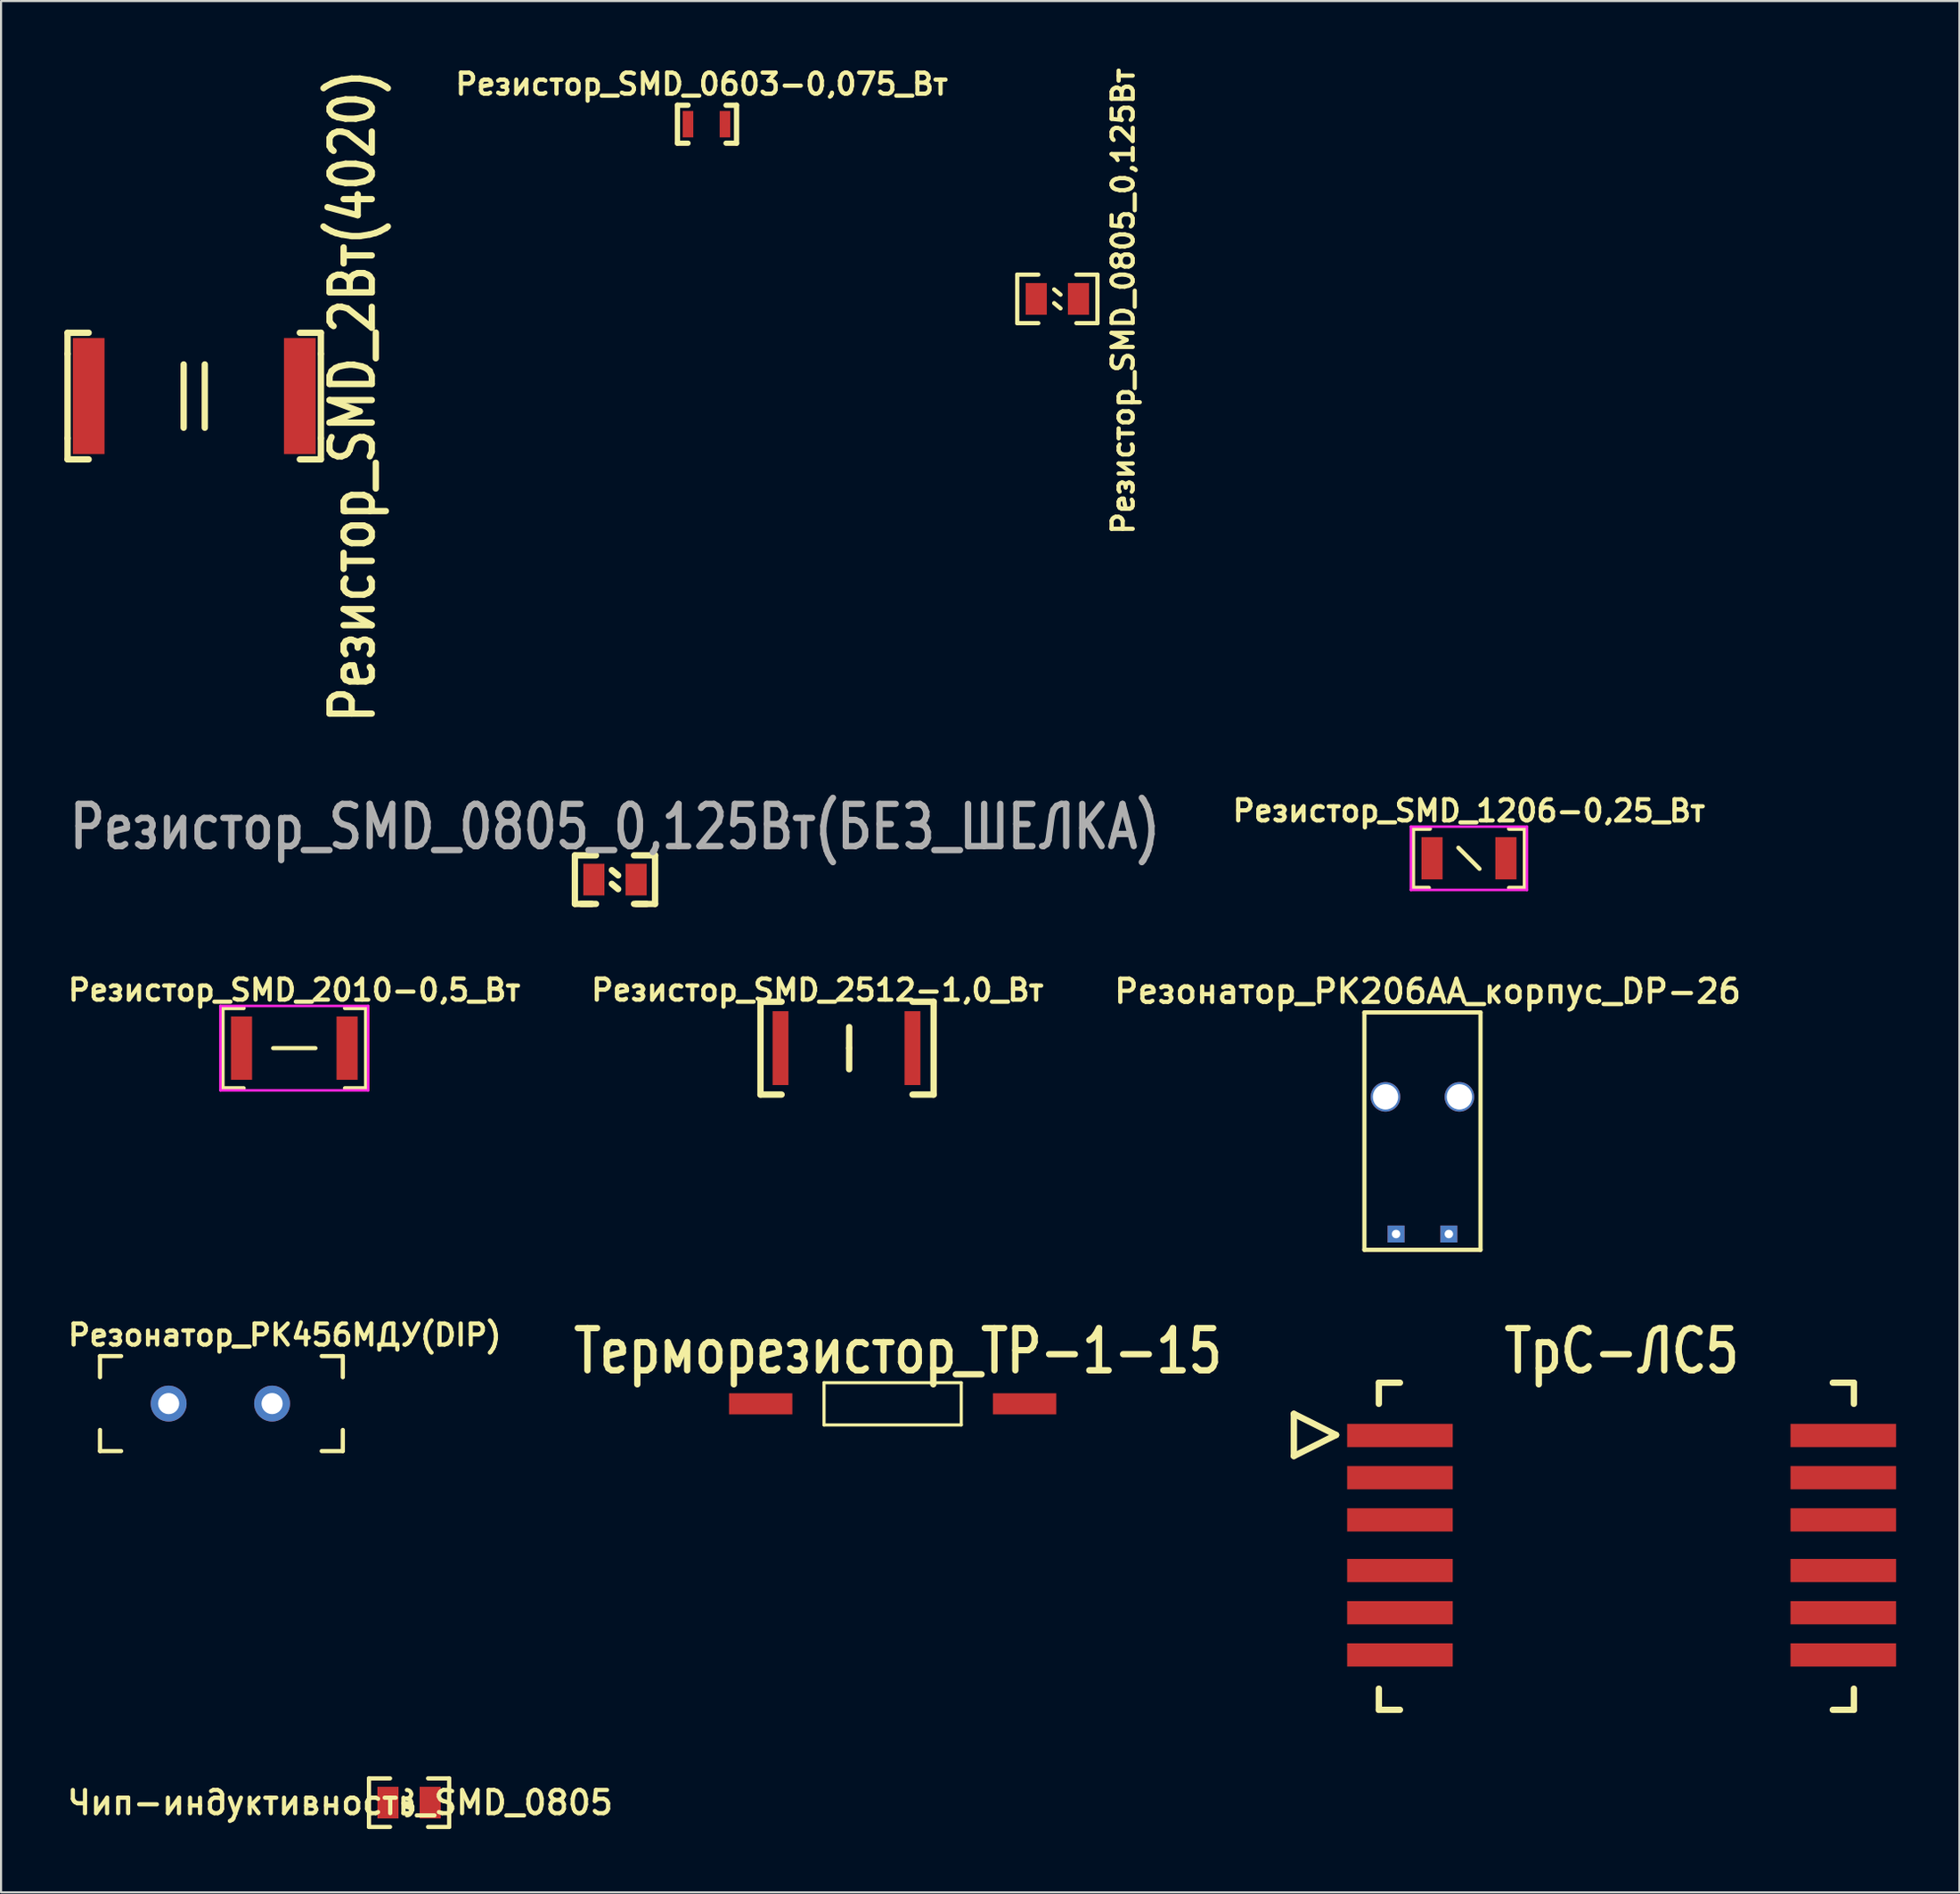
<source format=kicad_pcb>
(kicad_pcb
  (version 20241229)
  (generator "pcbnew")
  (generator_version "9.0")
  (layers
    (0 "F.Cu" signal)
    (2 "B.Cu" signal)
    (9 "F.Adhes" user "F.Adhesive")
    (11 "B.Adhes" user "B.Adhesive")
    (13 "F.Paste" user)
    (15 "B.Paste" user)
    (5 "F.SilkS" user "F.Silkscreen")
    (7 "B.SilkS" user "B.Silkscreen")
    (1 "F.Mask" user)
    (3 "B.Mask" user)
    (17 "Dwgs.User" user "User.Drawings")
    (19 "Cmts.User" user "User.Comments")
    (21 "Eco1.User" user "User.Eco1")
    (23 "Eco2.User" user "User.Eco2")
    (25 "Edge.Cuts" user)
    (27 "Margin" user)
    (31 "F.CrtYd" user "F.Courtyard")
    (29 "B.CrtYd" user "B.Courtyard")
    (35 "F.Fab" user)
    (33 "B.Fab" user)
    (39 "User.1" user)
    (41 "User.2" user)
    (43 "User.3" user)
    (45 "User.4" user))
  (footprint "Резистор_SMD_0805_0,125Вт(БЕЗ_ШЕЛКА)"
    (layer "F.Cu")
    (at 25.08 38.634)
    (property "Reference" "Резистор_SMD_0805_0,125Вт(БЕЗ_ШЕЛКА)" (at 1 -2.5 0) (layer "F.Fab") (effects (font (size 2 1.6) (thickness 0.3))))
    (attr through_hole)
    (fp_line (start -0.9 -1.15) (end 0.1 -1.15) (stroke (width 0.3) (type solid)) (layer "F.SilkS"))
    (fp_line (start -0.9 1.15) (end -0.9 -1.15) (stroke (width 0.3) (type solid)) (layer "F.SilkS"))
    (fp_line (start -0.9 1.15) (end 0.1 1.15) (stroke (width 0.3) (type solid)) (layer "F.SilkS"))
    (fp_line (start -0.6 1.15) (end -0.1 1.15) (stroke (width 0.3) (type solid)) (layer "F.SilkS"))
    (fp_line (start 0.85 -0.45) (end 1.15 -0.2) (stroke (width 0.3) (type solid)) (layer "F.SilkS"))
    (fp_line (start 0.85 0.2) (end 1.15 0.45) (stroke (width 0.3) (type solid)) (layer "F.SilkS"))
    (fp_line (start 2.5 1.15) (end 2 1.15) (stroke (width 0.3) (type solid)) (layer "F.SilkS"))
    (fp_line (start 2.9 -1.15) (end 1.9 -1.15) (stroke (width 0.3) (type solid)) (layer "F.SilkS"))
    (fp_line (start 2.9 -1.15) (end 2.9 1.15) (stroke (width 0.3) (type solid)) (layer "F.SilkS"))
    (fp_line (start 2.9 1.15) (end 1.9 1.15) (stroke (width 0.3) (type solid)) (layer "F.SilkS"))
    (pad "1" smd rect (at 0 0) (size 1 1.5) (layers "F.Cu" "F.Mask" "F.Paste"))
    (pad "2" smd rect (at 2 0) (size 1 1.5) (layers "F.Cu" "F.Mask" "F.Paste")))
  (footprint "Резонатор_РК456МДУ(DIP)"
    (layer "F.Cu")
    (at 4.938 63.464)
    (property "Reference" "Резонатор_РК456МДУ(DIP)" (at 5.5 -3.25 180) (layer "F.SilkS") (effects (font (size 1 1) (thickness 0.2))))
    (attr through_hole)
    (fp_line (start -3.25 -2.25) (end -2.25 -2.25) (stroke (width 0.2) (type solid)) (layer "F.SilkS"))
    (fp_line (start -3.25 -1.25) (end -3.25 -2.25) (stroke (width 0.2) (type solid)) (layer "F.SilkS"))
    (fp_line (start -3.25 2.25) (end -3.25 1.25) (stroke (width 0.2) (type solid)) (layer "F.SilkS"))
    (fp_line (start -3.25 2.25) (end -2.25 2.25) (stroke (width 0.2) (type solid)) (layer "F.SilkS"))
    (fp_line (start 7.25 -2.25) (end 8.25 -2.25) (stroke (width 0.2) (type solid)) (layer "F.SilkS"))
    (fp_line (start 8.25 -2.25) (end 8.25 -1.25) (stroke (width 0.2) (type solid)) (layer "F.SilkS"))
    (fp_line (start 8.25 2.25) (end 7.25 2.25) (stroke (width 0.2) (type solid)) (layer "F.SilkS"))
    (fp_line (start 8.25 2.25) (end 8.25 1.25) (stroke (width 0.2) (type solid)) (layer "F.SilkS"))
    (pad "1" thru_hole circle (at 0 0) (size 1.7 1.7) (drill 1) (layers "*.Cu" "*.Mask"))
    (pad "2" thru_hole circle (at 4.9 0) (size 1.7 1.7) (drill 1) (layers "*.Cu" "*.Mask")))
  (footprint "Резистор_SMD_1206-0,25_Вт"
    (layer "F.Cu")
    (at 64.778 37.623)
    (property "Reference" "Резистор_SMD_1206-0,25_Вт" (at 1.75 -2.25 0) (layer "F.SilkS") (effects (font (size 1 1) (thickness 0.2))))
    (attr through_hole)
    (fp_line (start -0.9 -1.4) (end -0.9 1.4) (stroke (width 0.2) (type solid)) (layer "F.SilkS"))
    (fp_line (start -0.9 1.4) (end -0.15 1.4) (stroke (width 0.2) (type solid)) (layer "F.SilkS"))
    (fp_line (start -0.1 -1.4) (end -0.85 -1.4) (stroke (width 0.2) (type solid)) (layer "F.SilkS"))
    (fp_line (start 2.25 0.5) (end 1.25 -0.5) (stroke (width 0.2) (type solid)) (layer "F.SilkS"))
    (fp_line (start 3.65 -1.4) (end 4.4 -1.4) (stroke (width 0.2) (type solid)) (layer "F.SilkS"))
    (fp_line (start 4.4 -1.4) (end 4.4 1.4) (stroke (width 0.2) (type solid)) (layer "F.SilkS"))
    (fp_line (start 4.4 1.4) (end 3.65 1.4) (stroke (width 0.2) (type solid)) (layer "F.SilkS"))
    (fp_line (start -1 -1.5) (end 4.5 -1.5) (stroke (width 0.12) (type solid)) (layer "F.CrtYd"))
    (fp_line (start -1 1.5) (end -1 -1.5) (stroke (width 0.12) (type solid)) (layer "F.CrtYd"))
    (fp_line (start 4.5 -1.5) (end 4.5 1.5) (stroke (width 0.12) (type solid)) (layer "F.CrtYd"))
    (fp_line (start 4.5 1.5) (end -1 1.5) (stroke (width 0.12) (type solid)) (layer "F.CrtYd"))
    (pad "1" smd rect (at 0 0) (size 1 2) (layers "F.Cu" "F.Mask" "F.Paste"))
    (pad "2" smd rect (at 3.5 0) (size 1 2) (layers "F.Cu" "F.Mask" "F.Paste")))
  (footprint "Резистор_SMD_2Вт(4020)"
    (layer "F.Cu")
    (at 1.15 15.719)
    (property "Reference" "Резистор_SMD_2Вт(4020)" (at 12.5 0 270) (layer "F.SilkS") (effects (font (size 2 1.6) (thickness 0.3))))
    (attr through_hole)
    (fp_line (start -1 -3) (end 0 -3) (stroke (width 0.3) (type solid)) (layer "F.SilkS"))
    (fp_line (start -1 -2) (end -1 -3) (stroke (width 0.3) (type solid)) (layer "F.SilkS"))
    (fp_line (start -1 -2) (end -1 2) (stroke (width 0.3) (type solid)) (layer "F.SilkS"))
    (fp_line (start -1 2) (end -1 3) (stroke (width 0.3) (type solid)) (layer "F.SilkS"))
    (fp_line (start -1 3) (end 0 3) (stroke (width 0.3) (type solid)) (layer "F.SilkS"))
    (fp_line (start 4.5 -1.5) (end 4.5 1.5) (stroke (width 0.3) (type solid)) (layer "F.SilkS"))
    (fp_line (start 5.5 -1.5) (end 5.5 1.5) (stroke (width 0.3) (type solid)) (layer "F.SilkS"))
    (fp_line (start 10 3) (end 11 3) (stroke (width 0.3) (type solid)) (layer "F.SilkS"))
    (fp_line (start 11 -3) (end 10 -3) (stroke (width 0.3) (type solid)) (layer "F.SilkS"))
    (fp_line (start 11 -2) (end 11 -3) (stroke (width 0.3) (type solid)) (layer "F.SilkS"))
    (fp_line (start 11 -2) (end 11 2) (stroke (width 0.3) (type solid)) (layer "F.SilkS"))
    (fp_line (start 11 3) (end 11 2) (stroke (width 0.3) (type solid)) (layer "F.SilkS"))
    (pad "1" smd rect (at 0 0) (size 1.5 5.5) (layers "F.Cu" "F.Mask" "F.Paste"))
    (pad "2" smd rect (at 10 0) (size 1.5 5.5) (layers "F.Cu" "F.Mask" "F.Paste")))
  (footprint "Резонатор_РК206АА_корпус_DP-26"
    (layer "F.Cu")
    (at 64.326 51.428)
    (property "Reference" "Резонатор_РК206АА_корпус_DP-26" (at 0.25 -7.5 0) (layer "F.SilkS") (effects (font (size 1.1 1.1) (thickness 0.2))))
    (attr through_hole)
    (fp_line (start -2.75 -6.5) (end -2.75 4.75) (stroke (width 0.2) (type solid)) (layer "F.SilkS"))
    (fp_line (start -2.75 4.75) (end 2.75 4.75) (stroke (width 0.2) (type solid)) (layer "F.SilkS"))
    (fp_line (start 2.75 -6.5) (end -2.75 -6.5) (stroke (width 0.2) (type solid)) (layer "F.SilkS"))
    (fp_line (start 2.75 4.75) (end 2.75 -6.5) (stroke (width 0.2) (type solid)) (layer "F.SilkS"))
    (pad "" thru_hole circle (at -1.75 -2.5) (size 1.4 1.4) (drill 1.2) (layers "*.Cu" "*.Mask"))
    (pad "" thru_hole circle (at 1.75 -2.5) (size 1.4 1.4) (drill 1.2) (layers "*.Cu" "*.Mask"))
    (pad "1" thru_hole rect (at -1.25 4) (size 0.8 0.8) (drill 0.4) (layers "*.Cu" "*.Paste" "*.Mask"))
    (pad "2" thru_hole rect (at 1.25 4) (size 0.8 0.8) (drill 0.4) (layers "*.Cu" "*.Paste" "*.Mask")))
  (footprint "Терморезистор_ТР-1-15"
    (layer "F.Cu")
    (at 32.98 63.475)
    (property "Reference" "Терморезистор_ТР-1-15" (at 6.5 -2.5 0) (layer "F.SilkS") (effects (font (size 2 1.6) (thickness 0.3))))
    (attr through_hole)
    (fp_line (start 3 -1) (end 3 1) (stroke (width 0.15) (type solid)) (layer "F.SilkS"))
    (fp_line (start 3 1) (end 9.5 1) (stroke (width 0.15) (type solid)) (layer "F.SilkS"))
    (fp_line (start 9.5 -1) (end 3 -1) (stroke (width 0.15) (type solid)) (layer "F.SilkS"))
    (fp_line (start 9.5 1) (end 9.5 -1) (stroke (width 0.15) (type solid)) (layer "F.SilkS"))
    (pad "1" smd rect (at 0 0) (size 3 1) (layers "F.Cu" "F.Mask" "F.Paste"))
    (pad "2" smd rect (at 12.5 0) (size 3 1) (layers "F.Cu" "F.Mask" "F.Paste")))
  (footprint "Чип-индуктивность_SMD_0805"
    (layer "F.Cu")
    (at 15.326 82.375)
    (property "Reference" "Чип-индуктивность_SMD_0805" (at -2.25 0 0) (layer "F.SilkS") (effects (font (size 1.1 1.1) (thickness 0.2))))
    (attr through_hole)
    (fp_line (start -0.9 -1.15) (end 0.1 -1.15) (stroke (width 0.2) (type solid)) (layer "F.SilkS"))
    (fp_line (start -0.9 1.15) (end -0.9 -1.15) (stroke (width 0.2) (type solid)) (layer "F.SilkS"))
    (fp_line (start -0.9 1.15) (end 0.1 1.15) (stroke (width 0.2) (type solid)) (layer "F.SilkS"))
    (fp_line (start 2.9 -1.15) (end 1.9 -1.15) (stroke (width 0.2) (type solid)) (layer "F.SilkS"))
    (fp_line (start 2.9 -1.15) (end 2.9 1.15) (stroke (width 0.2) (type solid)) (layer "F.SilkS"))
    (fp_line (start 2.9 1.15) (end 1.9 1.15) (stroke (width 0.2) (type solid)) (layer "F.SilkS"))
    (fp_arc (start 0.9 -0.6) (mid 1.041421 -0.541421) (end 1.1 -0.4) (stroke (width 0.2) (type solid)) (layer "F.SilkS"))
    (fp_arc (start 0.9 -0.2) (mid 1.041421 -0.141421) (end 1.1 0) (stroke (width 0.2) (type solid)) (layer "F.SilkS"))
    (fp_arc (start 0.9 0.2) (mid 1.041421 0.258579) (end 1.1 0.4) (stroke (width 0.2) (type solid)) (layer "F.SilkS"))
    (fp_arc (start 1.1 -0.4) (mid 1.041421 -0.258579) (end 0.9 -0.2) (stroke (width 0.2) (type solid)) (layer "F.SilkS"))
    (fp_arc (start 1.1 0) (mid 1.041421 0.141421) (end 0.9 0.2) (stroke (width 0.2) (type solid)) (layer "F.SilkS"))
    (fp_arc (start 1.1 0.4) (mid 1.041421 0.541421) (end 0.9 0.6) (stroke (width 0.2) (type solid)) (layer "F.SilkS"))
    (pad "1" smd rect (at 0 0) (size 1 1.5) (layers "F.Cu" "F.Mask" "F.Paste"))
    (pad "2" smd rect (at 2 0) (size 1 1.5) (layers "F.Cu" "F.Mask" "F.Paste")))
  (footprint "ТрС-ЛС5"
    (layer "F.Cu")
    (at 60.76 64.975)
    (property "Reference" "ТрС-ЛС5" (at 13 -4 0) (layer "F.SilkS") (effects (font (size 2 1.6) (thickness 0.3))))
    (attr through_hole)
    (fp_line (start -2.525 -1.025) (end -0.525 -0.025) (stroke (width 0.3) (type solid)) (layer "F.SilkS"))
    (fp_line (start -2.525 0.975) (end -2.525 -1.025) (stroke (width 0.3) (type solid)) (layer "F.SilkS"))
    (fp_line (start -0.525 -0.025) (end -2.525 0.975) (stroke (width 0.3) (type solid)) (layer "F.SilkS"))
    (fp_line (start 1.5 -2.5) (end 2.5 -2.5) (stroke (width 0.3) (type solid)) (layer "F.SilkS"))
    (fp_line (start 1.5 -1.5) (end 1.5 -2.5) (stroke (width 0.3) (type solid)) (layer "F.SilkS"))
    (fp_line (start 1.5 13) (end 1.5 12) (stroke (width 0.3) (type solid)) (layer "F.SilkS"))
    (fp_line (start 1.5 13) (end 2.5 13) (stroke (width 0.3) (type solid)) (layer "F.SilkS"))
    (fp_line (start 24 -2.5) (end 23 -2.5) (stroke (width 0.3) (type solid)) (layer "F.SilkS"))
    (fp_line (start 24 -2.5) (end 24 -1.5) (stroke (width 0.3) (type solid)) (layer "F.SilkS"))
    (fp_line (start 24 13) (end 23 13) (stroke (width 0.3) (type solid)) (layer "F.SilkS"))
    (fp_line (start 24 13) (end 24 12) (stroke (width 0.3) (type solid)) (layer "F.SilkS"))
    (pad "1" smd rect (at 2.5 0) (size 5 1.1) (layers "F.Cu" "F.Mask" "F.Paste"))
    (pad "2" smd rect (at 2.5 2) (size 5 1.1) (layers "F.Cu" "F.Mask" "F.Paste"))
    (pad "3" smd rect (at 2.5 4) (size 5 1.1) (layers "F.Cu" "F.Mask" "F.Paste"))
    (pad "4" smd rect (at 2.5 6.4) (size 5 1.1) (layers "F.Cu" "F.Mask" "F.Paste"))
    (pad "5" smd rect (at 2.5 8.4) (size 5 1.1) (layers "F.Cu" "F.Mask" "F.Paste"))
    (pad "6" smd rect (at 2.5 10.4) (size 5 1.1) (layers "F.Cu" "F.Mask" "F.Paste"))
    (pad "7" smd rect (at 23.5 10.4) (size 5 1.1) (layers "F.Cu" "F.Mask" "F.Paste"))
    (pad "8" smd rect (at 23.5 8.4) (size 5 1.1) (layers "F.Cu" "F.Mask" "F.Paste"))
    (pad "9" smd rect (at 23.5 6.4) (size 5 1.1) (layers "F.Cu" "F.Mask" "F.Paste"))
    (pad "10" smd rect (at 23.5 4) (size 5 1.1) (layers "F.Cu" "F.Mask" "F.Paste"))
    (pad "11" smd rect (at 23.5 2) (size 5 1.1) (layers "F.Cu" "F.Mask" "F.Paste"))
    (pad "12" smd rect (at 23.5 0) (size 5 1.1) (layers "F.Cu" "F.Mask" "F.Paste")))
  (footprint "Резистор_SMD_2512-1,0_Вт"
    (layer "F.Cu")
    (at 33.921 46.62)
    (property "Reference" "Резистор_SMD_2512-1,0_Вт" (at 1.75 -2.75 0) (layer "F.SilkS") (effects (font (size 1 1) (thickness 0.2))))
    (attr through_hole)
    (fp_line (start -0.95 -2.2) (end 0.05 -2.2) (stroke (width 0.3) (type solid)) (layer "F.SilkS"))
    (fp_line (start -0.95 2.2) (end -0.95 -2.2) (stroke (width 0.3) (type solid)) (layer "F.SilkS"))
    (fp_line (start -0.95 2.2) (end 0.05 2.2) (stroke (width 0.3) (type solid)) (layer "F.SilkS"))
    (fp_line (start 3.25 0) (end 3.25 -1) (stroke (width 0.3) (type solid)) (layer "F.SilkS"))
    (fp_line (start 3.25 0) (end 3.25 1) (stroke (width 0.3) (type solid)) (layer "F.SilkS"))
    (fp_line (start 7.25 -2.2) (end 6.25 -2.2) (stroke (width 0.3) (type solid)) (layer "F.SilkS"))
    (fp_line (start 7.25 -2.2) (end 7.25 2.2) (stroke (width 0.3) (type solid)) (layer "F.SilkS"))
    (fp_line (start 7.25 2.2) (end 6.25 2.2) (stroke (width 0.3) (type solid)) (layer "F.SilkS"))
    (pad "1" smd rect (at 0 0) (size 0.75 3.5) (layers "F.Cu" "F.Mask" "F.Paste"))
    (pad "2" smd rect (at 6.25 0) (size 0.75 3.5) (layers "F.Cu" "F.Mask" "F.Paste")))
  (footprint "Резистор_SMD_2010-0,5_Вт"
    (layer "F.Cu")
    (at 8.39 46.62)
    (property "Reference" "Резистор_SMD_2010-0,5_Вт" (at 2.5 -2.75 0) (layer "F.SilkS") (effects (font (size 1 1) (thickness 0.2))))
    (attr through_hole)
    (fp_line (start -0.9 -1.9) (end -0.9 1.9) (stroke (width 0.2) (type solid)) (layer "F.SilkS"))
    (fp_line (start -0.9 -1.9) (end 0.1 -1.9) (stroke (width 0.2) (type solid)) (layer "F.SilkS"))
    (fp_line (start -0.9 1.9) (end 0.1 1.9) (stroke (width 0.2) (type solid)) (layer "F.SilkS"))
    (fp_line (start 1.5 0) (end 3.5 0) (stroke (width 0.2) (type solid)) (layer "F.SilkS"))
    (fp_line (start 5.9 -1.9) (end 4.9 -1.9) (stroke (width 0.2) (type solid)) (layer "F.SilkS"))
    (fp_line (start 5.9 1.9) (end 4.9 1.9) (stroke (width 0.2) (type solid)) (layer "F.SilkS"))
    (fp_line (start 5.9 1.9) (end 5.9 -1.9) (stroke (width 0.2) (type solid)) (layer "F.SilkS"))
    (fp_line (start -1 -2) (end 6 -2) (stroke (width 0.12) (type solid)) (layer "F.CrtYd"))
    (fp_line (start -1 2) (end -1 -2) (stroke (width 0.12) (type solid)) (layer "F.CrtYd"))
    (fp_line (start 6 -2) (end 6 2) (stroke (width 0.12) (type solid)) (layer "F.CrtYd"))
    (fp_line (start 6 2) (end -1 2) (stroke (width 0.12) (type solid)) (layer "F.CrtYd"))
    (pad "1" smd rect (at 0 0) (size 1 3) (layers "F.Cu" "F.Mask" "F.Paste"))
    (pad "2" smd rect (at 5 0) (size 1 3) (layers "F.Cu" "F.Mask" "F.Paste")))
  (footprint "Резистор_SMD_0805_0,125Вт"
    (layer "F.Cu")
    (at 46.032 11.114)
    (property "Reference" "Резистор_SMD_0805_0,125Вт" (at 4.118 0.11 90) (layer "F.SilkS") (effects (font (size 1 1) (thickness 0.2))))
    (attr through_hole)
    (fp_line (start -0.9 -1.15) (end 0.1 -1.15) (stroke (width 0.2) (type solid)) (layer "F.SilkS"))
    (fp_line (start -0.9 1.15) (end -0.9 -1.15) (stroke (width 0.2) (type solid)) (layer "F.SilkS"))
    (fp_line (start -0.9 1.15) (end 0.1 1.15) (stroke (width 0.2) (type solid)) (layer "F.SilkS"))
    (fp_line (start 0.85 -0.45) (end 1.15 -0.2) (stroke (width 0.2) (type solid)) (layer "F.SilkS"))
    (fp_line (start 0.85 0.2) (end 1.15 0.45) (stroke (width 0.2) (type solid)) (layer "F.SilkS"))
    (fp_line (start 2.9 -1.15) (end 1.9 -1.15) (stroke (width 0.2) (type solid)) (layer "F.SilkS"))
    (fp_line (start 2.9 -1.15) (end 2.9 1.15) (stroke (width 0.2) (type solid)) (layer "F.SilkS"))
    (fp_line (start 2.9 1.15) (end 1.9 1.15) (stroke (width 0.2) (type solid)) (layer "F.SilkS"))
    (pad "1" smd rect (at 0 0) (size 1 1.5) (layers "F.Cu" "F.Mask" "F.Paste"))
    (pad "2" smd rect (at 2 0) (size 1 1.5) (layers "F.Cu" "F.Mask" "F.Paste")))
  (footprint "Резистор_SMD_0603-0,075_Вт"
    (layer "F.Cu")
    (at 29.539 2.836)
    (property "Reference" "Резистор_SMD_0603-0,075_Вт" (at 0.65 -1.9 0) (layer "F.SilkS") (effects (font (size 1 1) (thickness 0.2))))
    (attr through_hole)
    (fp_line (start -0.5 -0.9) (end -0.5 0.9) (stroke (width 0.25) (type solid)) (layer "F.SilkS"))
    (fp_line (start -0.5 -0.9) (end 0 -0.9) (stroke (width 0.25) (type solid)) (layer "F.SilkS"))
    (fp_line (start -0.5 0.9) (end 0 0.9) (stroke (width 0.25) (type solid)) (layer "F.SilkS"))
    (fp_line (start 2.3 -0.9) (end 1.8 -0.9) (stroke (width 0.25) (type solid)) (layer "F.SilkS"))
    (fp_line (start 2.3 -0.9) (end 2.3 0.9) (stroke (width 0.25) (type solid)) (layer "F.SilkS"))
    (fp_line (start 2.3 0.9) (end 1.8 0.9) (stroke (width 0.25) (type solid)) (layer "F.SilkS"))
    (pad "1" smd rect (at 0 0) (size 0.5 1.25) (layers "F.Cu" "F.Mask" "F.Paste"))
    (pad "2" smd rect (at 1.75 0) (size 0.5 1.25) (layers "F.Cu" "F.Mask" "F.Paste")))
  (gr_rect
    (start -3 -3)
    (end 89.76 86.625)
    (stroke (width 0.1) (type default))
    (fill no)
    (layer "Edge.Cuts")))
</source>
